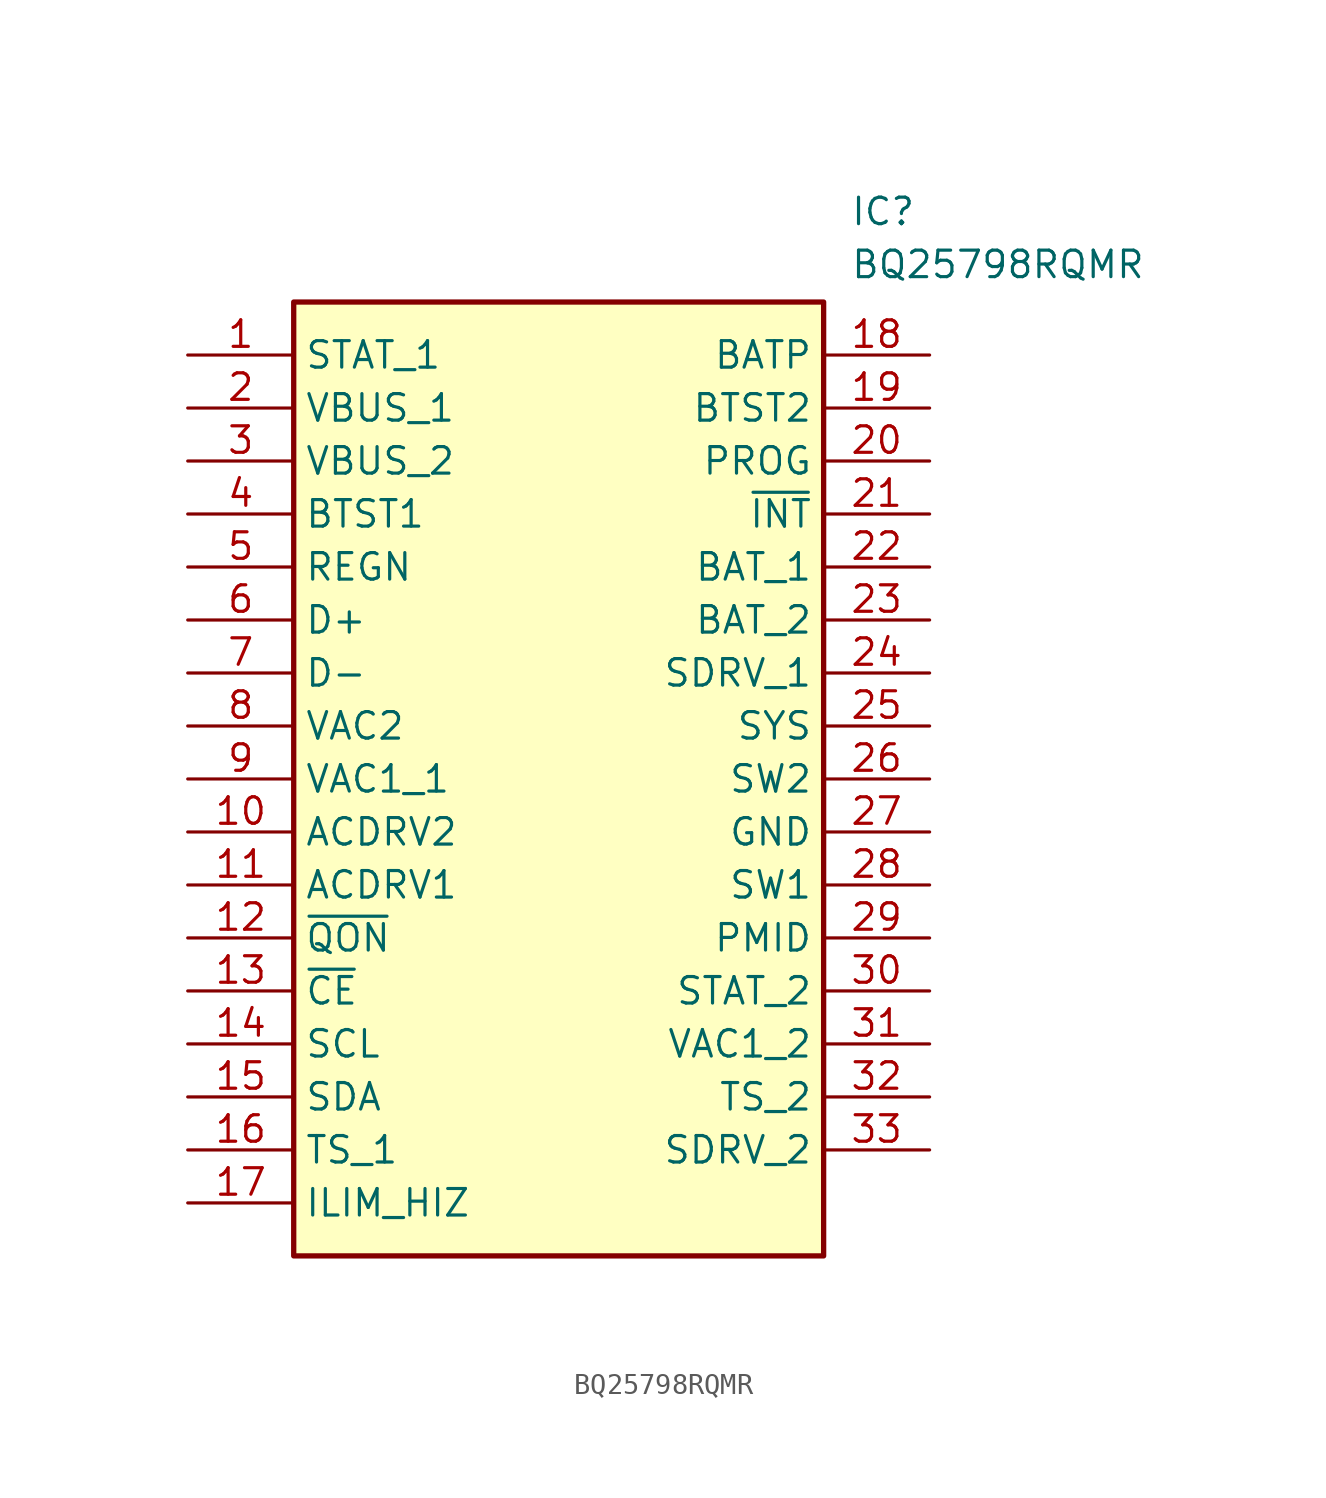
<source format=kicad_sym>
(kicad_symbol_lib
  (version 20211014)
  (generator SamacSys_ECAD_Model)
  (symbol "BQ25798RQMR"
    (property "Reference" "IC"
      (at 31.75 7.62 0)
      (effects (font (size 1.27 1.27)) (justify left top)))
    (property "Value" "BQ25798RQMR"
      (at 31.75 5.08 0)
      (effects (font (size 1.27 1.27)) (justify left top)))
    (rectangle
      (start 5.08 2.54)
      (end 30.48 -43.18)
      (stroke (width 0.254) (type default))
      (fill (type background)))
    (pin passive line
      (at 0 0 0)
      (length 5.08)
      (name "STAT_1" (effects (font (size 1.27 1.27))))
      (number "1" (effects (font (size 1.27 1.27)))))
    (pin passive line
      (at 0 -2.54 0)
      (length 5.08)
      (name "VBUS_1" (effects (font (size 1.27 1.27))))
      (number "2" (effects (font (size 1.27 1.27)))))
    (pin passive line
      (at 0 -5.08 0)
      (length 5.08)
      (name "VBUS_2" (effects (font (size 1.27 1.27))))
      (number "3" (effects (font (size 1.27 1.27)))))
    (pin passive line
      (at 0 -7.62 0)
      (length 5.08)
      (name "BTST1" (effects (font (size 1.27 1.27))))
      (number "4" (effects (font (size 1.27 1.27)))))
    (pin passive line
      (at 0 -10.16 0)
      (length 5.08)
      (name "REGN" (effects (font (size 1.27 1.27))))
      (number "5" (effects (font (size 1.27 1.27)))))
    (pin passive line
      (at 0 -12.7 0)
      (length 5.08)
      (name "D+" (effects (font (size 1.27 1.27))))
      (number "6" (effects (font (size 1.27 1.27)))))
    (pin passive line
      (at 0 -15.24 0)
      (length 5.08)
      (name "D-" (effects (font (size 1.27 1.27))))
      (number "7" (effects (font (size 1.27 1.27)))))
    (pin passive line
      (at 0 -17.78 0)
      (length 5.08)
      (name "VAC2" (effects (font (size 1.27 1.27))))
      (number "8" (effects (font (size 1.27 1.27)))))
    (pin passive line
      (at 0 -20.32 0)
      (length 5.08)
      (name "VAC1_1" (effects (font (size 1.27 1.27))))
      (number "9" (effects (font (size 1.27 1.27)))))
    (pin passive line
      (at 0 -22.86 0)
      (length 5.08)
      (name "ACDRV2" (effects (font (size 1.27 1.27))))
      (number "10" (effects (font (size 1.27 1.27)))))
    (pin passive line
      (at 0 -25.4 0)
      (length 5.08)
      (name "ACDRV1" (effects (font (size 1.27 1.27))))
      (number "11" (effects (font (size 1.27 1.27)))))
    (pin passive line
      (at 0 -27.94 0)
      (length 5.08)
      (name "~{QON}" (effects (font (size 1.27 1.27))))
      (number "12" (effects (font (size 1.27 1.27)))))
    (pin passive line
      (at 0 -30.48 0)
      (length 5.08)
      (name "~{CE}" (effects (font (size 1.27 1.27))))
      (number "13" (effects (font (size 1.27 1.27)))))
    (pin passive line
      (at 0 -33.02 0)
      (length 5.08)
      (name "SCL" (effects (font (size 1.27 1.27))))
      (number "14" (effects (font (size 1.27 1.27)))))
    (pin passive line
      (at 0 -35.56 0)
      (length 5.08)
      (name "SDA" (effects (font (size 1.27 1.27))))
      (number "15" (effects (font (size 1.27 1.27)))))
    (pin passive line
      (at 0 -38.1 0)
      (length 5.08)
      (name "TS_1" (effects (font (size 1.27 1.27))))
      (number "16" (effects (font (size 1.27 1.27)))))
    (pin passive line
      (at 0 -40.64 0)
      (length 5.08)
      (name "ILIM_HIZ" (effects (font (size 1.27 1.27))))
      (number "17" (effects (font (size 1.27 1.27)))))
    (pin passive line
      (at 35.56 0 180)
      (length 5.08)
      (name "BATP" (effects (font (size 1.27 1.27))))
      (number "18" (effects (font (size 1.27 1.27)))))
    (pin passive line
      (at 35.56 -2.54 180)
      (length 5.08)
      (name "BTST2" (effects (font (size 1.27 1.27))))
      (number "19" (effects (font (size 1.27 1.27)))))
    (pin passive line
      (at 35.56 -5.08 180)
      (length 5.08)
      (name "PROG" (effects (font (size 1.27 1.27))))
      (number "20" (effects (font (size 1.27 1.27)))))
    (pin passive line
      (at 35.56 -7.62 180)
      (length 5.08)
      (name "~{INT}" (effects (font (size 1.27 1.27))))
      (number "21" (effects (font (size 1.27 1.27)))))
    (pin passive line
      (at 35.56 -10.16 180)
      (length 5.08)
      (name "BAT_1" (effects (font (size 1.27 1.27))))
      (number "22" (effects (font (size 1.27 1.27)))))
    (pin passive line
      (at 35.56 -12.7 180)
      (length 5.08)
      (name "BAT_2" (effects (font (size 1.27 1.27))))
      (number "23" (effects (font (size 1.27 1.27)))))
    (pin passive line
      (at 35.56 -15.24 180)
      (length 5.08)
      (name "SDRV_1" (effects (font (size 1.27 1.27))))
      (number "24" (effects (font (size 1.27 1.27)))))
    (pin passive line
      (at 35.56 -17.78 180)
      (length 5.08)
      (name "SYS" (effects (font (size 1.27 1.27))))
      (number "25" (effects (font (size 1.27 1.27)))))
    (pin passive line
      (at 35.56 -20.32 180)
      (length 5.08)
      (name "SW2" (effects (font (size 1.27 1.27))))
      (number "26" (effects (font (size 1.27 1.27)))))
    (pin passive line
      (at 35.56 -22.86 180)
      (length 5.08)
      (name "GND" (effects (font (size 1.27 1.27))))
      (number "27" (effects (font (size 1.27 1.27)))))
    (pin passive line
      (at 35.56 -25.4 180)
      (length 5.08)
      (name "SW1" (effects (font (size 1.27 1.27))))
      (number "28" (effects (font (size 1.27 1.27)))))
    (pin passive line
      (at 35.56 -27.94 180)
      (length 5.08)
      (name "PMID" (effects (font (size 1.27 1.27))))
      (number "29" (effects (font (size 1.27 1.27)))))
    (pin passive line
      (at 35.56 -30.48 180)
      (length 5.08)
      (name "STAT_2" (effects (font (size 1.27 1.27))))
      (number "30" (effects (font (size 1.27 1.27)))))
    (pin passive line
      (at 35.56 -33.02 180)
      (length 5.08)
      (name "VAC1_2" (effects (font (size 1.27 1.27))))
      (number "31" (effects (font (size 1.27 1.27)))))
    (pin passive line
      (at 35.56 -35.56 180)
      (length 5.08)
      (name "TS_2" (effects (font (size 1.27 1.27))))
      (number "32" (effects (font (size 1.27 1.27)))))
    (pin passive line
      (at 35.56 -38.1 180)
      (length 5.08)
      (name "SDRV_2" (effects (font (size 1.27 1.27))))
      (number "33" (effects (font (size 1.27 1.27)))))))
</source>
